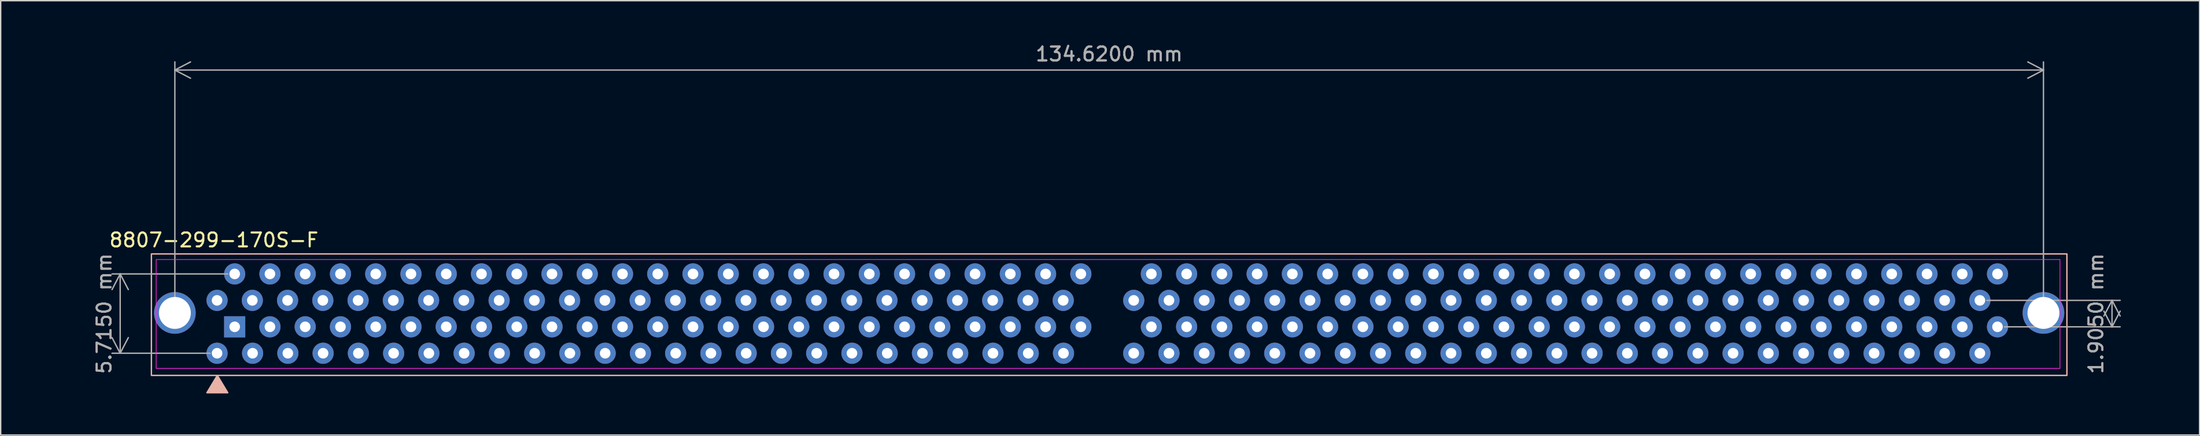
<source format=kicad_pcb>
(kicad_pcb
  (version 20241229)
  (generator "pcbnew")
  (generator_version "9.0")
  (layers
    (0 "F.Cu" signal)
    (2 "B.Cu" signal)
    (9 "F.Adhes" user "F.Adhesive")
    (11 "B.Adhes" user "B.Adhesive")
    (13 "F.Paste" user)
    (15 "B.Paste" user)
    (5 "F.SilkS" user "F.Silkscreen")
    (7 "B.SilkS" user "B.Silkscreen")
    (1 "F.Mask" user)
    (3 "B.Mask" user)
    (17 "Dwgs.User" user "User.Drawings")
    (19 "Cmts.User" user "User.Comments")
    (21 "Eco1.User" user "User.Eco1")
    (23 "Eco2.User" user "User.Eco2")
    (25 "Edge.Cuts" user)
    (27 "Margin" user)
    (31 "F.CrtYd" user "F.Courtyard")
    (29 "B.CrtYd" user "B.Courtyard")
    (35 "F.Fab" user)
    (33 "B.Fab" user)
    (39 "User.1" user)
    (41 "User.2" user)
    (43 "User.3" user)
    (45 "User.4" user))
  (footprint "8807-299-170S-F"
    (layer "F.Cu")
    (at 13.858 20.498)
    (property "Reference" "8807-299-170S-F" (at -1.5 -6.25 0) (layer "F.SilkS") (effects (font (size 1 1) (thickness 0.15))))
    (attr through_hole)
    (fp_rect (start -6 -5.25) (end 132 3.5) (stroke (width 0.1) (type default)) (fill no) (layer "B.SilkS"))
    (fp_poly (pts (xy -1.25 3.5) (xy -0.5 4.75) (xy -2 4.75)) (stroke (width 0.1) (type solid)) (fill yes) (layer "B.SilkS"))
    (fp_rect (start -5.656 -4.848) (end 131.5 3) (stroke (width 0.05) (type default)) (fill no) (layer "F.CrtYd"))
    (dimension (type aligned) (layer "F.Fab") (pts (xy 144.168 19.498) (xy 9.548 19.498)) (height 17.5) (format (prefix "") (suffix "") (units 3) (units_format 1) (precision 4)) (style (thickness 0.1) (arrow_length 1.27) (text_position_mode 0) (arrow_direction outward) (extension_height 0.586) (extension_offset 0.5) (keep_text_aligned yes)) (gr_text "134.6200 mm" (at 76.858 0.848 0) (layer "F.Fab") (effects (font (size 1 1) (thickness 0.15)))))
    (dimension (type orthogonal) (layer "F.Fab") (pts (xy 140.858 20.498) (xy 139.588 18.593)) (height 8.25) (orientation 1) (format (prefix "") (suffix "") (units 3) (units_format 1) (precision 4)) (style (thickness 0.1) (arrow_length 1.27) (text_position_mode 0) (arrow_direction outward) (extension_height 0.586) (extension_offset 0.5) (keep_text_aligned yes)) (gr_text "1.9050 mm" (at 147.958 19.546 90) (layer "F.Fab") (effects (font (size 1 1) (thickness 0.15)))))
    (dimension (type orthogonal) (layer "F.Fab") (pts (xy 12.588 22.403) (xy 13.858 16.688)) (height -6.98) (orientation 1) (format (prefix "") (suffix "") (units 3) (units_format 1) (precision 4)) (style (thickness 0.1) (arrow_length 1.27) (text_position_mode 0) (arrow_direction outward) (extension_height 0.586) (extension_offset 0.5) (keep_text_aligned yes)) (gr_text "5.7150 mm" (at 4.458 19.546 90) (layer "F.Fab") (effects (font (size 1 1) (thickness 0.15)))))
    (pad "" np_thru_hole circle (at -4.31 -1) (size 3 3) (drill 2.3) (layers "*.Cu" "*.Mask"))
    (pad "" np_thru_hole circle (at 130.31 -1) (size 3 3) (drill 2.3) (layers "*.Cu" "*.Mask"))
    (pad "1" thru_hole rect (at 0 0) (size 1.524 1.524) (drill 0.762) (layers "*.Cu" "*.Mask"))
    (pad "2" thru_hole circle (at -1.27 1.905) (size 1.524 1.524) (drill 0.762) (layers "*.Cu" "*.Mask"))
    (pad "3" thru_hole circle (at 0 -3.81) (size 1.524 1.524) (drill 0.762) (layers "*.Cu" "*.Mask"))
    (pad "4" thru_hole circle (at -1.27 -1.905) (size 1.524 1.524) (drill 0.762) (layers "*.Cu" "*.Mask"))
    (pad "5" thru_hole circle (at 2.54 0) (size 1.524 1.524) (drill 0.762) (layers "*.Cu" "*.Mask"))
    (pad "6" thru_hole circle (at 1.29 1.905) (size 1.524 1.524) (drill 0.762) (layers "*.Cu" "*.Mask"))
    (pad "7" thru_hole circle (at 2.54 -3.81) (size 1.524 1.524) (drill 0.762) (layers "*.Cu" "*.Mask"))
    (pad "8" thru_hole circle (at 1.27 -1.905) (size 1.524 1.524) (drill 0.762) (layers "*.Cu" "*.Mask"))
    (pad "9" thru_hole circle (at 5.08 0) (size 1.524 1.524) (drill 0.762) (layers "*.Cu" "*.Mask"))
    (pad "10" thru_hole circle (at 3.83 1.905) (size 1.524 1.524) (drill 0.762) (layers "*.Cu" "*.Mask"))
    (pad "11" thru_hole circle (at 5.08 -3.81) (size 1.524 1.524) (drill 0.762) (layers "*.Cu" "*.Mask"))
    (pad "12" thru_hole circle (at 3.81 -1.905) (size 1.524 1.524) (drill 0.762) (layers "*.Cu" "*.Mask"))
    (pad "13" thru_hole circle (at 7.62 0) (size 1.524 1.524) (drill 0.762) (layers "*.Cu" "*.Mask"))
    (pad "14" thru_hole circle (at 6.37 1.905) (size 1.524 1.524) (drill 0.762) (layers "*.Cu" "*.Mask"))
    (pad "15" thru_hole circle (at 7.62 -3.81) (size 1.524 1.524) (drill 0.762) (layers "*.Cu" "*.Mask"))
    (pad "16" thru_hole circle (at 6.35 -1.905) (size 1.524 1.524) (drill 0.762) (layers "*.Cu" "*.Mask"))
    (pad "17" thru_hole circle (at 10.16 0) (size 1.524 1.524) (drill 0.762) (layers "*.Cu" "*.Mask"))
    (pad "18" thru_hole circle (at 8.91 1.905) (size 1.524 1.524) (drill 0.762) (layers "*.Cu" "*.Mask"))
    (pad "19" thru_hole circle (at 10.16 -3.81) (size 1.524 1.524) (drill 0.762) (layers "*.Cu" "*.Mask"))
    (pad "20" thru_hole circle (at 8.89 -1.905) (size 1.524 1.524) (drill 0.762) (layers "*.Cu" "*.Mask"))
    (pad "21" thru_hole circle (at 12.7 0) (size 1.524 1.524) (drill 0.762) (layers "*.Cu" "*.Mask"))
    (pad "22" thru_hole circle (at 11.45 1.905) (size 1.524 1.524) (drill 0.762) (layers "*.Cu" "*.Mask"))
    (pad "23" thru_hole circle (at 12.7 -3.81) (size 1.524 1.524) (drill 0.762) (layers "*.Cu" "*.Mask"))
    (pad "24" thru_hole circle (at 11.43 -1.905) (size 1.524 1.524) (drill 0.762) (layers "*.Cu" "*.Mask"))
    (pad "25" thru_hole circle (at 15.24 0) (size 1.524 1.524) (drill 0.762) (layers "*.Cu" "*.Mask"))
    (pad "26" thru_hole circle (at 13.99 1.905) (size 1.524 1.524) (drill 0.762) (layers "*.Cu" "*.Mask"))
    (pad "27" thru_hole circle (at 15.24 -3.81) (size 1.524 1.524) (drill 0.762) (layers "*.Cu" "*.Mask"))
    (pad "28" thru_hole circle (at 13.97 -1.905) (size 1.524 1.524) (drill 0.762) (layers "*.Cu" "*.Mask"))
    (pad "29" thru_hole circle (at 17.78 0) (size 1.524 1.524) (drill 0.762) (layers "*.Cu" "*.Mask"))
    (pad "30" thru_hole circle (at 16.53 1.905) (size 1.524 1.524) (drill 0.762) (layers "*.Cu" "*.Mask"))
    (pad "31" thru_hole circle (at 17.78 -3.81) (size 1.524 1.524) (drill 0.762) (layers "*.Cu" "*.Mask"))
    (pad "32" thru_hole circle (at 16.51 -1.905) (size 1.524 1.524) (drill 0.762) (layers "*.Cu" "*.Mask"))
    (pad "33" thru_hole circle (at 20.32 0) (size 1.524 1.524) (drill 0.762) (layers "*.Cu" "*.Mask"))
    (pad "34" thru_hole circle (at 19.07 1.905) (size 1.524 1.524) (drill 0.762) (layers "*.Cu" "*.Mask"))
    (pad "35" thru_hole circle (at 20.32 -3.81) (size 1.524 1.524) (drill 0.762) (layers "*.Cu" "*.Mask"))
    (pad "36" thru_hole circle (at 19.05 -1.905) (size 1.524 1.524) (drill 0.762) (layers "*.Cu" "*.Mask"))
    (pad "37" thru_hole circle (at 22.86 0) (size 1.524 1.524) (drill 0.762) (layers "*.Cu" "*.Mask"))
    (pad "38" thru_hole circle (at 21.61 1.905) (size 1.524 1.524) (drill 0.762) (layers "*.Cu" "*.Mask"))
    (pad "39" thru_hole circle (at 22.86 -3.81) (size 1.524 1.524) (drill 0.762) (layers "*.Cu" "*.Mask"))
    (pad "40" thru_hole circle (at 21.59 -1.905) (size 1.524 1.524) (drill 0.762) (layers "*.Cu" "*.Mask"))
    (pad "41" thru_hole circle (at 25.4 0) (size 1.524 1.524) (drill 0.762) (layers "*.Cu" "*.Mask"))
    (pad "42" thru_hole circle (at 24.15 1.905) (size 1.524 1.524) (drill 0.762) (layers "*.Cu" "*.Mask"))
    (pad "43" thru_hole circle (at 25.4 -3.81) (size 1.524 1.524) (drill 0.762) (layers "*.Cu" "*.Mask"))
    (pad "44" thru_hole circle (at 24.13 -1.905) (size 1.524 1.524) (drill 0.762) (layers "*.Cu" "*.Mask"))
    (pad "45" thru_hole circle (at 27.94 0) (size 1.524 1.524) (drill 0.762) (layers "*.Cu" "*.Mask"))
    (pad "46" thru_hole circle (at 26.69 1.905) (size 1.524 1.524) (drill 0.762) (layers "*.Cu" "*.Mask"))
    (pad "47" thru_hole circle (at 27.94 -3.81) (size 1.524 1.524) (drill 0.762) (layers "*.Cu" "*.Mask"))
    (pad "48" thru_hole circle (at 26.67 -1.905) (size 1.524 1.524) (drill 0.762) (layers "*.Cu" "*.Mask"))
    (pad "49" thru_hole circle (at 30.48 0) (size 1.524 1.524) (drill 0.762) (layers "*.Cu" "*.Mask"))
    (pad "50" thru_hole circle (at 29.23 1.905) (size 1.524 1.524) (drill 0.762) (layers "*.Cu" "*.Mask"))
    (pad "51" thru_hole circle (at 30.48 -3.81) (size 1.524 1.524) (drill 0.762) (layers "*.Cu" "*.Mask"))
    (pad "52" thru_hole circle (at 29.21 -1.905) (size 1.524 1.524) (drill 0.762) (layers "*.Cu" "*.Mask"))
    (pad "53" thru_hole circle (at 33.02 0) (size 1.524 1.524) (drill 0.762) (layers "*.Cu" "*.Mask"))
    (pad "54" thru_hole circle (at 31.77 1.905) (size 1.524 1.524) (drill 0.762) (layers "*.Cu" "*.Mask"))
    (pad "55" thru_hole circle (at 33.02 -3.81) (size 1.524 1.524) (drill 0.762) (layers "*.Cu" "*.Mask"))
    (pad "56" thru_hole circle (at 31.75 -1.905) (size 1.524 1.524) (drill 0.762) (layers "*.Cu" "*.Mask"))
    (pad "57" thru_hole circle (at 35.56 0) (size 1.524 1.524) (drill 0.762) (layers "*.Cu" "*.Mask"))
    (pad "58" thru_hole circle (at 34.31 1.905) (size 1.524 1.524) (drill 0.762) (layers "*.Cu" "*.Mask"))
    (pad "59" thru_hole circle (at 35.56 -3.81) (size 1.524 1.524) (drill 0.762) (layers "*.Cu" "*.Mask"))
    (pad "60" thru_hole circle (at 34.29 -1.905) (size 1.524 1.524) (drill 0.762) (layers "*.Cu" "*.Mask"))
    (pad "61" thru_hole circle (at 38.1 0) (size 1.524 1.524) (drill 0.762) (layers "*.Cu" "*.Mask"))
    (pad "62" thru_hole circle (at 36.85 1.905) (size 1.524 1.524) (drill 0.762) (layers "*.Cu" "*.Mask"))
    (pad "63" thru_hole circle (at 38.1 -3.81) (size 1.524 1.524) (drill 0.762) (layers "*.Cu" "*.Mask"))
    (pad "64" thru_hole circle (at 36.83 -1.905) (size 1.524 1.524) (drill 0.762) (layers "*.Cu" "*.Mask"))
    (pad "65" thru_hole circle (at 40.64 0) (size 1.524 1.524) (drill 0.762) (layers "*.Cu" "*.Mask"))
    (pad "66" thru_hole circle (at 39.39 1.905) (size 1.524 1.524) (drill 0.762) (layers "*.Cu" "*.Mask"))
    (pad "67" thru_hole circle (at 40.64 -3.81) (size 1.524 1.524) (drill 0.762) (layers "*.Cu" "*.Mask"))
    (pad "68" thru_hole circle (at 39.37 -1.905) (size 1.524 1.524) (drill 0.762) (layers "*.Cu" "*.Mask"))
    (pad "69" thru_hole circle (at 43.18 0) (size 1.524 1.524) (drill 0.762) (layers "*.Cu" "*.Mask"))
    (pad "70" thru_hole circle (at 41.93 1.905) (size 1.524 1.524) (drill 0.762) (layers "*.Cu" "*.Mask"))
    (pad "71" thru_hole circle (at 43.18 -3.81) (size 1.524 1.524) (drill 0.762) (layers "*.Cu" "*.Mask"))
    (pad "72" thru_hole circle (at 41.91 -1.905) (size 1.524 1.524) (drill 0.762) (layers "*.Cu" "*.Mask"))
    (pad "73" thru_hole circle (at 45.72 0) (size 1.524 1.524) (drill 0.762) (layers "*.Cu" "*.Mask"))
    (pad "74" thru_hole circle (at 44.47 1.905) (size 1.524 1.524) (drill 0.762) (layers "*.Cu" "*.Mask"))
    (pad "75" thru_hole circle (at 45.72 -3.81) (size 1.524 1.524) (drill 0.762) (layers "*.Cu" "*.Mask"))
    (pad "76" thru_hole circle (at 44.45 -1.905) (size 1.524 1.524) (drill 0.762) (layers "*.Cu" "*.Mask"))
    (pad "77" thru_hole circle (at 48.26 0) (size 1.524 1.524) (drill 0.762) (layers "*.Cu" "*.Mask"))
    (pad "78" thru_hole circle (at 47.01 1.905) (size 1.524 1.524) (drill 0.762) (layers "*.Cu" "*.Mask"))
    (pad "79" thru_hole circle (at 48.26 -3.81) (size 1.524 1.524) (drill 0.762) (layers "*.Cu" "*.Mask"))
    (pad "80" thru_hole circle (at 46.99 -1.905) (size 1.524 1.524) (drill 0.762) (layers "*.Cu" "*.Mask"))
    (pad "81" thru_hole circle (at 50.8 0) (size 1.524 1.524) (drill 0.762) (layers "*.Cu" "*.Mask"))
    (pad "82" thru_hole circle (at 49.55 1.905) (size 1.524 1.524) (drill 0.762) (layers "*.Cu" "*.Mask"))
    (pad "83" thru_hole circle (at 50.8 -3.81) (size 1.524 1.524) (drill 0.762) (layers "*.Cu" "*.Mask"))
    (pad "84" thru_hole circle (at 49.53 -1.905) (size 1.524 1.524) (drill 0.762) (layers "*.Cu" "*.Mask"))
    (pad "85" thru_hole circle (at 53.34 0) (size 1.524 1.524) (drill 0.762) (layers "*.Cu" "*.Mask"))
    (pad "86" thru_hole circle (at 52.09 1.905) (size 1.524 1.524) (drill 0.762) (layers "*.Cu" "*.Mask"))
    (pad "87" thru_hole circle (at 53.34 -3.81) (size 1.524 1.524) (drill 0.762) (layers "*.Cu" "*.Mask"))
    (pad "88" thru_hole circle (at 52.07 -1.905) (size 1.524 1.524) (drill 0.762) (layers "*.Cu" "*.Mask"))
    (pad "89" thru_hole circle (at 55.88 0) (size 1.524 1.524) (drill 0.762) (layers "*.Cu" "*.Mask"))
    (pad "90" thru_hole circle (at 54.63 1.905) (size 1.524 1.524) (drill 0.762) (layers "*.Cu" "*.Mask"))
    (pad "91" thru_hole circle (at 55.88 -3.81) (size 1.524 1.524) (drill 0.762) (layers "*.Cu" "*.Mask"))
    (pad "92" thru_hole circle (at 54.61 -1.905) (size 1.524 1.524) (drill 0.762) (layers "*.Cu" "*.Mask"))
    (pad "93" thru_hole circle (at 58.42 0) (size 1.524 1.524) (drill 0.762) (layers "*.Cu" "*.Mask"))
    (pad "94" thru_hole circle (at 57.17 1.905) (size 1.524 1.524) (drill 0.762) (layers "*.Cu" "*.Mask"))
    (pad "95" thru_hole circle (at 58.42 -3.81) (size 1.524 1.524) (drill 0.762) (layers "*.Cu" "*.Mask"))
    (pad "96" thru_hole circle (at 57.15 -1.905) (size 1.524 1.524) (drill 0.762) (layers "*.Cu" "*.Mask"))
    (pad "97" thru_hole circle (at 60.96 0) (size 1.524 1.524) (drill 0.762) (layers "*.Cu" "*.Mask"))
    (pad "98" thru_hole circle (at 59.71 1.905) (size 1.524 1.524) (drill 0.762) (layers "*.Cu" "*.Mask"))
    (pad "99" thru_hole circle (at 60.96 -3.81) (size 1.524 1.524) (drill 0.762) (layers "*.Cu" "*.Mask"))
    (pad "100" thru_hole circle (at 59.69 -1.905) (size 1.524 1.524) (drill 0.762) (layers "*.Cu" "*.Mask"))
    (pad "101" thru_hole circle (at 66.04 0) (size 1.524 1.524) (drill 0.762) (layers "*.Cu" "*.Mask"))
    (pad "102" thru_hole circle (at 64.77 1.905) (size 1.524 1.524) (drill 0.762) (layers "*.Cu" "*.Mask"))
    (pad "103" thru_hole circle (at 66.04 -3.81) (size 1.524 1.524) (drill 0.762) (layers "*.Cu" "*.Mask"))
    (pad "104" thru_hole circle (at 64.77 -1.905) (size 1.524 1.524) (drill 0.762) (layers "*.Cu" "*.Mask"))
    (pad "105" thru_hole circle (at 68.58 0) (size 1.524 1.524) (drill 0.762) (layers "*.Cu" "*.Mask"))
    (pad "106" thru_hole circle (at 67.31 1.905) (size 1.524 1.524) (drill 0.762) (layers "*.Cu" "*.Mask"))
    (pad "107" thru_hole circle (at 68.58 -3.81) (size 1.524 1.524) (drill 0.762) (layers "*.Cu" "*.Mask"))
    (pad "108" thru_hole circle (at 67.31 -1.905) (size 1.524 1.524) (drill 0.762) (layers "*.Cu" "*.Mask"))
    (pad "109" thru_hole circle (at 71.12 0) (size 1.524 1.524) (drill 0.762) (layers "*.Cu" "*.Mask"))
    (pad "110" thru_hole circle (at 69.85 1.905) (size 1.524 1.524) (drill 0.762) (layers "*.Cu" "*.Mask"))
    (pad "111" thru_hole circle (at 71.12 -3.81) (size 1.524 1.524) (drill 0.762) (layers "*.Cu" "*.Mask"))
    (pad "112" thru_hole circle (at 69.85 -1.905) (size 1.524 1.524) (drill 0.762) (layers "*.Cu" "*.Mask"))
    (pad "113" thru_hole circle (at 73.66 0) (size 1.524 1.524) (drill 0.762) (layers "*.Cu" "*.Mask"))
    (pad "114" thru_hole circle (at 72.39 1.905) (size 1.524 1.524) (drill 0.762) (layers "*.Cu" "*.Mask"))
    (pad "115" thru_hole circle (at 73.66 -3.81) (size 1.524 1.524) (drill 0.762) (layers "*.Cu" "*.Mask"))
    (pad "116" thru_hole circle (at 72.39 -1.905) (size 1.524 1.524) (drill 0.762) (layers "*.Cu" "*.Mask"))
    (pad "117" thru_hole circle (at 76.2 0) (size 1.524 1.524) (drill 0.762) (layers "*.Cu" "*.Mask"))
    (pad "118" thru_hole circle (at 74.93 1.905) (size 1.524 1.524) (drill 0.762) (layers "*.Cu" "*.Mask"))
    (pad "119" thru_hole circle (at 76.2 -3.81) (size 1.524 1.524) (drill 0.762) (layers "*.Cu" "*.Mask"))
    (pad "120" thru_hole circle (at 74.93 -1.905) (size 1.524 1.524) (drill 0.762) (layers "*.Cu" "*.Mask"))
    (pad "121" thru_hole circle (at 78.74 0) (size 1.524 1.524) (drill 0.762) (layers "*.Cu" "*.Mask"))
    (pad "122" thru_hole circle (at 77.47 1.905) (size 1.524 1.524) (drill 0.762) (layers "*.Cu" "*.Mask"))
    (pad "123" thru_hole circle (at 78.74 -3.81) (size 1.524 1.524) (drill 0.762) (layers "*.Cu" "*.Mask"))
    (pad "124" thru_hole circle (at 77.47 -1.905) (size 1.524 1.524) (drill 0.762) (layers "*.Cu" "*.Mask"))
    (pad "125" thru_hole circle (at 81.28 0) (size 1.524 1.524) (drill 0.762) (layers "*.Cu" "*.Mask"))
    (pad "126" thru_hole circle (at 80.01 1.905) (size 1.524 1.524) (drill 0.762) (layers "*.Cu" "*.Mask"))
    (pad "127" thru_hole circle (at 81.28 -3.81) (size 1.524 1.524) (drill 0.762) (layers "*.Cu" "*.Mask"))
    (pad "128" thru_hole circle (at 80.01 -1.905) (size 1.524 1.524) (drill 0.762) (layers "*.Cu" "*.Mask"))
    (pad "129" thru_hole circle (at 83.82 0) (size 1.524 1.524) (drill 0.762) (layers "*.Cu" "*.Mask"))
    (pad "130" thru_hole circle (at 82.55 1.905) (size 1.524 1.524) (drill 0.762) (layers "*.Cu" "*.Mask"))
    (pad "131" thru_hole circle (at 83.82 -3.81) (size 1.524 1.524) (drill 0.762) (layers "*.Cu" "*.Mask"))
    (pad "132" thru_hole circle (at 82.55 -1.905) (size 1.524 1.524) (drill 0.762) (layers "*.Cu" "*.Mask"))
    (pad "133" thru_hole circle (at 86.36 0) (size 1.524 1.524) (drill 0.762) (layers "*.Cu" "*.Mask"))
    (pad "134" thru_hole circle (at 85.09 1.905) (size 1.524 1.524) (drill 0.762) (layers "*.Cu" "*.Mask"))
    (pad "135" thru_hole circle (at 86.36 -3.81) (size 1.524 1.524) (drill 0.762) (layers "*.Cu" "*.Mask"))
    (pad "136" thru_hole circle (at 85.09 -1.905) (size 1.524 1.524) (drill 0.762) (layers "*.Cu" "*.Mask"))
    (pad "137" thru_hole circle (at 88.9 0) (size 1.524 1.524) (drill 0.762) (layers "*.Cu" "*.Mask"))
    (pad "138" thru_hole circle (at 87.63 1.905) (size 1.524 1.524) (drill 0.762) (layers "*.Cu" "*.Mask"))
    (pad "139" thru_hole circle (at 88.9 -3.81) (size 1.524 1.524) (drill 0.762) (layers "*.Cu" "*.Mask"))
    (pad "140" thru_hole circle (at 87.63 -1.905) (size 1.524 1.524) (drill 0.762) (layers "*.Cu" "*.Mask"))
    (pad "141" thru_hole circle (at 91.44 0) (size 1.524 1.524) (drill 0.762) (layers "*.Cu" "*.Mask"))
    (pad "142" thru_hole circle (at 90.17 1.905) (size 1.524 1.524) (drill 0.762) (layers "*.Cu" "*.Mask"))
    (pad "143" thru_hole circle (at 91.44 -3.81) (size 1.524 1.524) (drill 0.762) (layers "*.Cu" "*.Mask"))
    (pad "144" thru_hole circle (at 90.17 -1.905) (size 1.524 1.524) (drill 0.762) (layers "*.Cu" "*.Mask"))
    (pad "145" thru_hole circle (at 93.98 0) (size 1.524 1.524) (drill 0.762) (layers "*.Cu" "*.Mask"))
    (pad "146" thru_hole circle (at 92.71 1.905) (size 1.524 1.524) (drill 0.762) (layers "*.Cu" "*.Mask"))
    (pad "147" thru_hole circle (at 93.98 -3.81) (size 1.524 1.524) (drill 0.762) (layers "*.Cu" "*.Mask"))
    (pad "148" thru_hole circle (at 92.71 -1.905) (size 1.524 1.524) (drill 0.762) (layers "*.Cu" "*.Mask"))
    (pad "149" thru_hole circle (at 96.52 0) (size 1.524 1.524) (drill 0.762) (layers "*.Cu" "*.Mask"))
    (pad "150" thru_hole circle (at 95.25 1.905) (size 1.524 1.524) (drill 0.762) (layers "*.Cu" "*.Mask"))
    (pad "151" thru_hole circle (at 96.52 -3.81) (size 1.524 1.524) (drill 0.762) (layers "*.Cu" "*.Mask"))
    (pad "152" thru_hole circle (at 95.25 -1.905) (size 1.524 1.524) (drill 0.762) (layers "*.Cu" "*.Mask"))
    (pad "153" thru_hole circle (at 99.06 0) (size 1.524 1.524) (drill 0.762) (layers "*.Cu" "*.Mask"))
    (pad "154" thru_hole circle (at 97.79 1.905) (size 1.524 1.524) (drill 0.762) (layers "*.Cu" "*.Mask"))
    (pad "155" thru_hole circle (at 99.06 -3.81) (size 1.524 1.524) (drill 0.762) (layers "*.Cu" "*.Mask"))
    (pad "156" thru_hole circle (at 97.79 -1.905) (size 1.524 1.524) (drill 0.762) (layers "*.Cu" "*.Mask"))
    (pad "157" thru_hole circle (at 101.6 0) (size 1.524 1.524) (drill 0.762) (layers "*.Cu" "*.Mask"))
    (pad "158" thru_hole circle (at 100.33 1.905) (size 1.524 1.524) (drill 0.762) (layers "*.Cu" "*.Mask"))
    (pad "159" thru_hole circle (at 101.6 -3.81) (size 1.524 1.524) (drill 0.762) (layers "*.Cu" "*.Mask"))
    (pad "160" thru_hole circle (at 100.33 -1.905) (size 1.524 1.524) (drill 0.762) (layers "*.Cu" "*.Mask"))
    (pad "161" thru_hole circle (at 104.14 0) (size 1.524 1.524) (drill 0.762) (layers "*.Cu" "*.Mask"))
    (pad "162" thru_hole circle (at 102.87 1.905) (size 1.524 1.524) (drill 0.762) (layers "*.Cu" "*.Mask"))
    (pad "163" thru_hole circle (at 104.14 -3.81) (size 1.524 1.524) (drill 0.762) (layers "*.Cu" "*.Mask"))
    (pad "164" thru_hole circle (at 102.87 -1.905) (size 1.524 1.524) (drill 0.762) (layers "*.Cu" "*.Mask"))
    (pad "165" thru_hole circle (at 106.68 0) (size 1.524 1.524) (drill 0.762) (layers "*.Cu" "*.Mask"))
    (pad "166" thru_hole circle (at 105.41 1.905) (size 1.524 1.524) (drill 0.762) (layers "*.Cu" "*.Mask"))
    (pad "167" thru_hole circle (at 106.68 -3.81) (size 1.524 1.524) (drill 0.762) (layers "*.Cu" "*.Mask"))
    (pad "168" thru_hole circle (at 105.41 -1.905) (size 1.524 1.524) (drill 0.762) (layers "*.Cu" "*.Mask"))
    (pad "169" thru_hole circle (at 109.22 0) (size 1.524 1.524) (drill 0.762) (layers "*.Cu" "*.Mask"))
    (pad "170" thru_hole circle (at 107.95 1.905) (size 1.524 1.524) (drill 0.762) (layers "*.Cu" "*.Mask"))
    (pad "171" thru_hole circle (at 109.22 -3.81) (size 1.524 1.524) (drill 0.762) (layers "*.Cu" "*.Mask"))
    (pad "172" thru_hole circle (at 107.95 -1.905) (size 1.524 1.524) (drill 0.762) (layers "*.Cu" "*.Mask"))
    (pad "173" thru_hole circle (at 111.76 0) (size 1.524 1.524) (drill 0.762) (layers "*.Cu" "*.Mask"))
    (pad "174" thru_hole circle (at 110.49 1.905) (size 1.524 1.524) (drill 0.762) (layers "*.Cu" "*.Mask"))
    (pad "175" thru_hole circle (at 111.76 -3.81) (size 1.524 1.524) (drill 0.762) (layers "*.Cu" "*.Mask"))
    (pad "176" thru_hole circle (at 110.49 -1.905) (size 1.524 1.524) (drill 0.762) (layers "*.Cu" "*.Mask"))
    (pad "177" thru_hole circle (at 114.3 0) (size 1.524 1.524) (drill 0.762) (layers "*.Cu" "*.Mask"))
    (pad "178" thru_hole circle (at 113.03 1.905) (size 1.524 1.524) (drill 0.762) (layers "*.Cu" "*.Mask"))
    (pad "179" thru_hole circle (at 114.3 -3.81) (size 1.524 1.524) (drill 0.762) (layers "*.Cu" "*.Mask"))
    (pad "180" thru_hole circle (at 113.03 -1.905) (size 1.524 1.524) (drill 0.762) (layers "*.Cu" "*.Mask"))
    (pad "181" thru_hole circle (at 116.84 0) (size 1.524 1.524) (drill 0.762) (layers "*.Cu" "*.Mask"))
    (pad "182" thru_hole circle (at 115.57 1.905) (size 1.524 1.524) (drill 0.762) (layers "*.Cu" "*.Mask"))
    (pad "183" thru_hole circle (at 116.84 -3.81) (size 1.524 1.524) (drill 0.762) (layers "*.Cu" "*.Mask"))
    (pad "184" thru_hole circle (at 115.57 -1.905) (size 1.524 1.524) (drill 0.762) (layers "*.Cu" "*.Mask"))
    (pad "185" thru_hole circle (at 119.38 0) (size 1.524 1.524) (drill 0.762) (layers "*.Cu" "*.Mask"))
    (pad "186" thru_hole circle (at 118.11 1.905) (size 1.524 1.524) (drill 0.762) (layers "*.Cu" "*.Mask"))
    (pad "187" thru_hole circle (at 119.38 -3.81) (size 1.524 1.524) (drill 0.762) (layers "*.Cu" "*.Mask"))
    (pad "188" thru_hole circle (at 118.11 -1.905) (size 1.524 1.524) (drill 0.762) (layers "*.Cu" "*.Mask"))
    (pad "189" thru_hole circle (at 121.92 0) (size 1.524 1.524) (drill 0.762) (layers "*.Cu" "*.Mask"))
    (pad "190" thru_hole circle (at 120.65 1.905) (size 1.524 1.524) (drill 0.762) (layers "*.Cu" "*.Mask"))
    (pad "191" thru_hole circle (at 121.92 -3.81) (size 1.524 1.524) (drill 0.762) (layers "*.Cu" "*.Mask"))
    (pad "192" thru_hole circle (at 120.65 -1.905) (size 1.524 1.524) (drill 0.762) (layers "*.Cu" "*.Mask"))
    (pad "193" thru_hole circle (at 124.46 0) (size 1.524 1.524) (drill 0.762) (layers "*.Cu" "*.Mask"))
    (pad "194" thru_hole circle (at 123.19 1.905) (size 1.524 1.524) (drill 0.762) (layers "*.Cu" "*.Mask"))
    (pad "195" thru_hole circle (at 124.46 -3.81) (size 1.524 1.524) (drill 0.762) (layers "*.Cu" "*.Mask"))
    (pad "196" thru_hole circle (at 123.19 -1.905) (size 1.524 1.524) (drill 0.762) (layers "*.Cu" "*.Mask"))
    (pad "197" thru_hole circle (at 127 0) (size 1.524 1.524) (drill 0.762) (layers "*.Cu" "*.Mask"))
    (pad "198" thru_hole circle (at 125.73 1.905) (size 1.524 1.524) (drill 0.762) (layers "*.Cu" "*.Mask"))
    (pad "199" thru_hole circle (at 127 -3.81) (size 1.524 1.524) (drill 0.762) (layers "*.Cu" "*.Mask"))
    (pad "200" thru_hole circle (at 125.73 -1.905) (size 1.524 1.524) (drill 0.762) (layers "*.Cu" "*.Mask")))
  (gr_rect
    (start -3 -3)
    (end 155.417 28.298)
    (stroke (width 0.1) (type default))
    (fill no)
    (layer "Edge.Cuts")))
</source>
